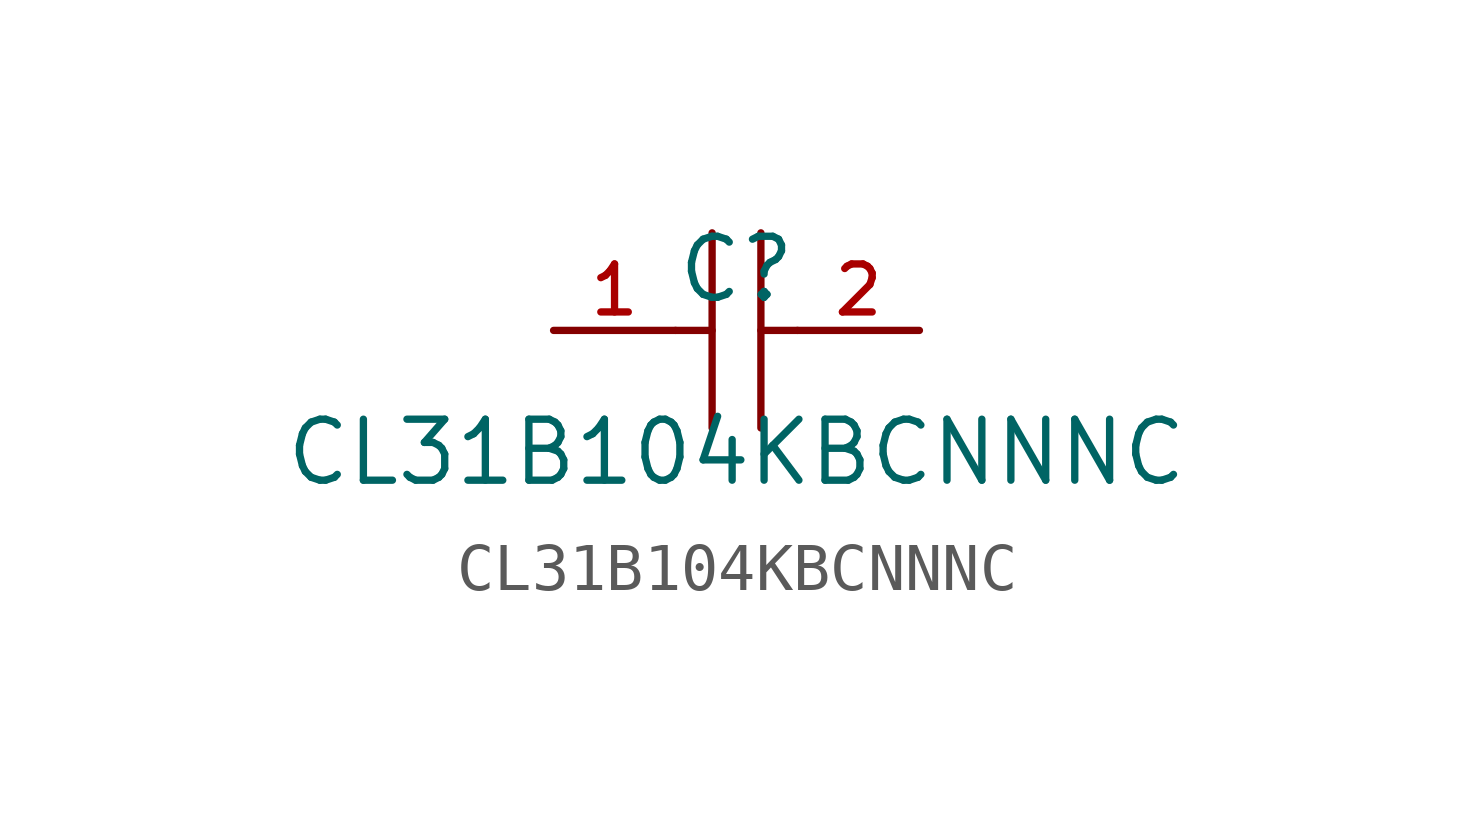
<source format=kicad_sym>
(kicad_symbol_lib
  (version 20210201)
  (generator TousstNicolas/JLC2KiCad_lib)
  (symbol "CL31B104KBCNNNC"
    (pin_names hide)
    (property "Reference" "C"
      (at 0 1.27 0)
      (effects (font (size 1.27 1.27))))
    (property "Value" "CL31B104KBCNNNC"
      (at 0 -2.54 0)
      (effects (font (size 1.27 1.27))))
    (symbol "CL31B104KBCNNNC_0_1"
      (polyline (pts (xy -0.508 2.032) (xy -0.508 -2.032)) (stroke (width 0) (type default) (color 0 0 0 0)) (fill (type none)))
      (polyline (pts (xy 0.508 2.032) (xy 0.508 -2.032)) (stroke (width 0) (type default) (color 0 0 0 0)) (fill (type none)))
      (pin input line (at -3.81 -0.0 0) (length 2.54) (name "1" (effects (font (size 1 1)))) (number "1" (effects (font (size 1 1)))))
      (pin input line (at 3.81 -0.0 180) (length 2.54) (name "2" (effects (font (size 1 1)))) (number "2" (effects (font (size 1 1)))))
      (polyline (pts (xy -1.27 -0.0) (xy -0.508 -0.0)) (stroke (width 0) (type default) (color 0 0 0 0)) (fill (type none)))
      (polyline (pts (xy 0.508 -0.0) (xy 1.27 -0.0)) (stroke (width 0) (type default) (color 0 0 0 0)) (fill (type none))))))
</source>
